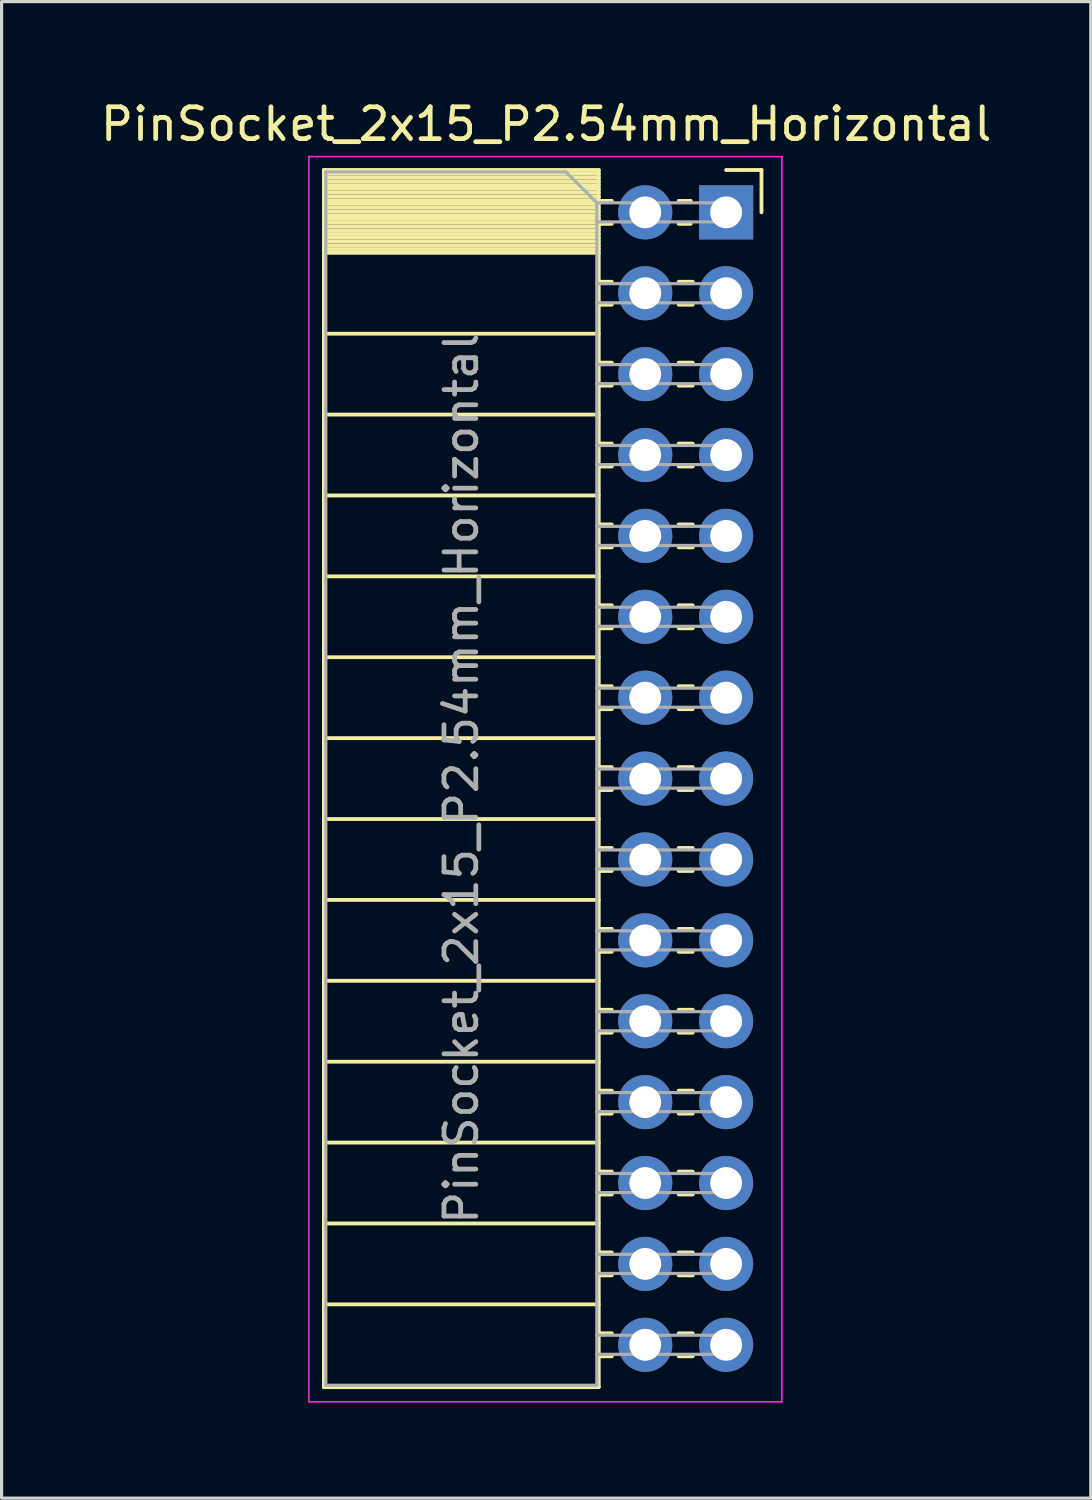
<source format=kicad_pcb>
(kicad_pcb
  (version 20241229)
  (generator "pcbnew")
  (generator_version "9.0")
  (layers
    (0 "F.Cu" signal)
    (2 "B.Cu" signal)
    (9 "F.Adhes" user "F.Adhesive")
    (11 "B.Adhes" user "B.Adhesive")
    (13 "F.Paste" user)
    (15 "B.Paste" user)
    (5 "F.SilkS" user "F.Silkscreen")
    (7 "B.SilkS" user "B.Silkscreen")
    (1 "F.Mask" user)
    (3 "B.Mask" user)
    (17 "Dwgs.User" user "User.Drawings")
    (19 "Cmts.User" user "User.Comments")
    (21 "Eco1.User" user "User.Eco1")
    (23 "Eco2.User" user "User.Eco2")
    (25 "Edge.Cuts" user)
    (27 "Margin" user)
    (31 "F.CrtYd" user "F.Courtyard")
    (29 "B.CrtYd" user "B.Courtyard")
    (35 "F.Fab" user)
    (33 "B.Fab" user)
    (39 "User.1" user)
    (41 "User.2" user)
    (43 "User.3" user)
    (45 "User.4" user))
  (footprint "PinSocket_2x15_P2.54mm_Horizontal"
    (layer "F.Cu")
    (at 19.751 3.618)
    (property "Reference" "PinSocket_2x15_P2.54mm_Horizontal" (at -5.65 -2.77 0) (layer "F.SilkS") (effects (font (size 1 1) (thickness 0.15))))
    (attr through_hole)
    (fp_line (start -12.63 -1.33) (end -12.63 36.89) (stroke (width 0.12) (type solid)) (layer "F.SilkS"))
    (fp_line (start -12.63 -1.33) (end -4 -1.33) (stroke (width 0.12) (type solid)) (layer "F.SilkS"))
    (fp_line (start -12.63 -1.21) (end -4 -1.21) (stroke (width 0.12) (type solid)) (layer "F.SilkS"))
    (fp_line (start -12.63 -1.092) (end -4 -1.092) (stroke (width 0.12) (type solid)) (layer "F.SilkS"))
    (fp_line (start -12.63 -0.974) (end -4 -0.974) (stroke (width 0.12) (type solid)) (layer "F.SilkS"))
    (fp_line (start -12.63 -0.856) (end -4 -0.856) (stroke (width 0.12) (type solid)) (layer "F.SilkS"))
    (fp_line (start -12.63 -0.738) (end -4 -0.738) (stroke (width 0.12) (type solid)) (layer "F.SilkS"))
    (fp_line (start -12.63 -0.62) (end -4 -0.62) (stroke (width 0.12) (type solid)) (layer "F.SilkS"))
    (fp_line (start -12.63 -0.501) (end -4 -0.501) (stroke (width 0.12) (type solid)) (layer "F.SilkS"))
    (fp_line (start -12.63 -0.383) (end -4 -0.383) (stroke (width 0.12) (type solid)) (layer "F.SilkS"))
    (fp_line (start -12.63 -0.265) (end -4 -0.265) (stroke (width 0.12) (type solid)) (layer "F.SilkS"))
    (fp_line (start -12.63 -0.147) (end -4 -0.147) (stroke (width 0.12) (type solid)) (layer "F.SilkS"))
    (fp_line (start -12.63 -0.029) (end -4 -0.029) (stroke (width 0.12) (type solid)) (layer "F.SilkS"))
    (fp_line (start -12.63 0.089) (end -4 0.089) (stroke (width 0.12) (type solid)) (layer "F.SilkS"))
    (fp_line (start -12.63 0.207) (end -4 0.207) (stroke (width 0.12) (type solid)) (layer "F.SilkS"))
    (fp_line (start -12.63 0.325) (end -4 0.325) (stroke (width 0.12) (type solid)) (layer "F.SilkS"))
    (fp_line (start -12.63 0.443) (end -4 0.443) (stroke (width 0.12) (type solid)) (layer "F.SilkS"))
    (fp_line (start -12.63 0.561) (end -4 0.561) (stroke (width 0.12) (type solid)) (layer "F.SilkS"))
    (fp_line (start -12.63 0.68) (end -4 0.68) (stroke (width 0.12) (type solid)) (layer "F.SilkS"))
    (fp_line (start -12.63 0.798) (end -4 0.798) (stroke (width 0.12) (type solid)) (layer "F.SilkS"))
    (fp_line (start -12.63 0.916) (end -4 0.916) (stroke (width 0.12) (type solid)) (layer "F.SilkS"))
    (fp_line (start -12.63 1.034) (end -4 1.034) (stroke (width 0.12) (type solid)) (layer "F.SilkS"))
    (fp_line (start -12.63 1.152) (end -4 1.152) (stroke (width 0.12) (type solid)) (layer "F.SilkS"))
    (fp_line (start -12.63 1.27) (end -4 1.27) (stroke (width 0.12) (type solid)) (layer "F.SilkS"))
    (fp_line (start -12.63 3.81) (end -4 3.81) (stroke (width 0.12) (type solid)) (layer "F.SilkS"))
    (fp_line (start -12.63 6.35) (end -4 6.35) (stroke (width 0.12) (type solid)) (layer "F.SilkS"))
    (fp_line (start -12.63 8.89) (end -4 8.89) (stroke (width 0.12) (type solid)) (layer "F.SilkS"))
    (fp_line (start -12.63 11.43) (end -4 11.43) (stroke (width 0.12) (type solid)) (layer "F.SilkS"))
    (fp_line (start -12.63 13.97) (end -4 13.97) (stroke (width 0.12) (type solid)) (layer "F.SilkS"))
    (fp_line (start -12.63 16.51) (end -4 16.51) (stroke (width 0.12) (type solid)) (layer "F.SilkS"))
    (fp_line (start -12.63 19.05) (end -4 19.05) (stroke (width 0.12) (type solid)) (layer "F.SilkS"))
    (fp_line (start -12.63 21.59) (end -4 21.59) (stroke (width 0.12) (type solid)) (layer "F.SilkS"))
    (fp_line (start -12.63 24.13) (end -4 24.13) (stroke (width 0.12) (type solid)) (layer "F.SilkS"))
    (fp_line (start -12.63 26.67) (end -4 26.67) (stroke (width 0.12) (type solid)) (layer "F.SilkS"))
    (fp_line (start -12.63 29.21) (end -4 29.21) (stroke (width 0.12) (type solid)) (layer "F.SilkS"))
    (fp_line (start -12.63 31.75) (end -4 31.75) (stroke (width 0.12) (type solid)) (layer "F.SilkS"))
    (fp_line (start -12.63 34.29) (end -4 34.29) (stroke (width 0.12) (type solid)) (layer "F.SilkS"))
    (fp_line (start -12.63 36.89) (end -4 36.89) (stroke (width 0.12) (type solid)) (layer "F.SilkS"))
    (fp_line (start -4 -1.33) (end -4 36.89) (stroke (width 0.12) (type solid)) (layer "F.SilkS"))
    (fp_line (start -4 -0.36) (end -3.59 -0.36) (stroke (width 0.12) (type solid)) (layer "F.SilkS"))
    (fp_line (start -4 0.36) (end -3.59 0.36) (stroke (width 0.12) (type solid)) (layer "F.SilkS"))
    (fp_line (start -4 2.18) (end -3.59 2.18) (stroke (width 0.12) (type solid)) (layer "F.SilkS"))
    (fp_line (start -4 2.9) (end -3.59 2.9) (stroke (width 0.12) (type solid)) (layer "F.SilkS"))
    (fp_line (start -4 4.72) (end -3.59 4.72) (stroke (width 0.12) (type solid)) (layer "F.SilkS"))
    (fp_line (start -4 5.44) (end -3.59 5.44) (stroke (width 0.12) (type solid)) (layer "F.SilkS"))
    (fp_line (start -4 7.26) (end -3.59 7.26) (stroke (width 0.12) (type solid)) (layer "F.SilkS"))
    (fp_line (start -4 7.98) (end -3.59 7.98) (stroke (width 0.12) (type solid)) (layer "F.SilkS"))
    (fp_line (start -4 9.8) (end -3.59 9.8) (stroke (width 0.12) (type solid)) (layer "F.SilkS"))
    (fp_line (start -4 10.52) (end -3.59 10.52) (stroke (width 0.12) (type solid)) (layer "F.SilkS"))
    (fp_line (start -4 12.34) (end -3.59 12.34) (stroke (width 0.12) (type solid)) (layer "F.SilkS"))
    (fp_line (start -4 13.06) (end -3.59 13.06) (stroke (width 0.12) (type solid)) (layer "F.SilkS"))
    (fp_line (start -4 14.88) (end -3.59 14.88) (stroke (width 0.12) (type solid)) (layer "F.SilkS"))
    (fp_line (start -4 15.6) (end -3.59 15.6) (stroke (width 0.12) (type solid)) (layer "F.SilkS"))
    (fp_line (start -4 17.42) (end -3.59 17.42) (stroke (width 0.12) (type solid)) (layer "F.SilkS"))
    (fp_line (start -4 18.14) (end -3.59 18.14) (stroke (width 0.12) (type solid)) (layer "F.SilkS"))
    (fp_line (start -4 19.96) (end -3.59 19.96) (stroke (width 0.12) (type solid)) (layer "F.SilkS"))
    (fp_line (start -4 20.68) (end -3.59 20.68) (stroke (width 0.12) (type solid)) (layer "F.SilkS"))
    (fp_line (start -4 22.5) (end -3.59 22.5) (stroke (width 0.12) (type solid)) (layer "F.SilkS"))
    (fp_line (start -4 23.22) (end -3.59 23.22) (stroke (width 0.12) (type solid)) (layer "F.SilkS"))
    (fp_line (start -4 25.04) (end -3.59 25.04) (stroke (width 0.12) (type solid)) (layer "F.SilkS"))
    (fp_line (start -4 25.76) (end -3.59 25.76) (stroke (width 0.12) (type solid)) (layer "F.SilkS"))
    (fp_line (start -4 27.58) (end -3.59 27.58) (stroke (width 0.12) (type solid)) (layer "F.SilkS"))
    (fp_line (start -4 28.3) (end -3.59 28.3) (stroke (width 0.12) (type solid)) (layer "F.SilkS"))
    (fp_line (start -4 30.12) (end -3.59 30.12) (stroke (width 0.12) (type solid)) (layer "F.SilkS"))
    (fp_line (start -4 30.84) (end -3.59 30.84) (stroke (width 0.12) (type solid)) (layer "F.SilkS"))
    (fp_line (start -4 32.66) (end -3.59 32.66) (stroke (width 0.12) (type solid)) (layer "F.SilkS"))
    (fp_line (start -4 33.38) (end -3.59 33.38) (stroke (width 0.12) (type solid)) (layer "F.SilkS"))
    (fp_line (start -4 35.2) (end -3.59 35.2) (stroke (width 0.12) (type solid)) (layer "F.SilkS"))
    (fp_line (start -4 35.92) (end -3.59 35.92) (stroke (width 0.12) (type solid)) (layer "F.SilkS"))
    (fp_line (start -1.49 -0.36) (end -1.11 -0.36) (stroke (width 0.12) (type solid)) (layer "F.SilkS"))
    (fp_line (start -1.49 0.36) (end -1.11 0.36) (stroke (width 0.12) (type solid)) (layer "F.SilkS"))
    (fp_line (start -1.49 2.18) (end -1.05 2.18) (stroke (width 0.12) (type solid)) (layer "F.SilkS"))
    (fp_line (start -1.49 2.9) (end -1.05 2.9) (stroke (width 0.12) (type solid)) (layer "F.SilkS"))
    (fp_line (start -1.49 4.72) (end -1.05 4.72) (stroke (width 0.12) (type solid)) (layer "F.SilkS"))
    (fp_line (start -1.49 5.44) (end -1.05 5.44) (stroke (width 0.12) (type solid)) (layer "F.SilkS"))
    (fp_line (start -1.49 7.26) (end -1.05 7.26) (stroke (width 0.12) (type solid)) (layer "F.SilkS"))
    (fp_line (start -1.49 7.98) (end -1.05 7.98) (stroke (width 0.12) (type solid)) (layer "F.SilkS"))
    (fp_line (start -1.49 9.8) (end -1.05 9.8) (stroke (width 0.12) (type solid)) (layer "F.SilkS"))
    (fp_line (start -1.49 10.52) (end -1.05 10.52) (stroke (width 0.12) (type solid)) (layer "F.SilkS"))
    (fp_line (start -1.49 12.34) (end -1.05 12.34) (stroke (width 0.12) (type solid)) (layer "F.SilkS"))
    (fp_line (start -1.49 13.06) (end -1.05 13.06) (stroke (width 0.12) (type solid)) (layer "F.SilkS"))
    (fp_line (start -1.49 14.88) (end -1.05 14.88) (stroke (width 0.12) (type solid)) (layer "F.SilkS"))
    (fp_line (start -1.49 15.6) (end -1.05 15.6) (stroke (width 0.12) (type solid)) (layer "F.SilkS"))
    (fp_line (start -1.49 17.42) (end -1.05 17.42) (stroke (width 0.12) (type solid)) (layer "F.SilkS"))
    (fp_line (start -1.49 18.14) (end -1.05 18.14) (stroke (width 0.12) (type solid)) (layer "F.SilkS"))
    (fp_line (start -1.49 19.96) (end -1.05 19.96) (stroke (width 0.12) (type solid)) (layer "F.SilkS"))
    (fp_line (start -1.49 20.68) (end -1.05 20.68) (stroke (width 0.12) (type solid)) (layer "F.SilkS"))
    (fp_line (start -1.49 22.5) (end -1.05 22.5) (stroke (width 0.12) (type solid)) (layer "F.SilkS"))
    (fp_line (start -1.49 23.22) (end -1.05 23.22) (stroke (width 0.12) (type solid)) (layer "F.SilkS"))
    (fp_line (start -1.49 25.04) (end -1.05 25.04) (stroke (width 0.12) (type solid)) (layer "F.SilkS"))
    (fp_line (start -1.49 25.76) (end -1.05 25.76) (stroke (width 0.12) (type solid)) (layer "F.SilkS"))
    (fp_line (start -1.49 27.58) (end -1.05 27.58) (stroke (width 0.12) (type solid)) (layer "F.SilkS"))
    (fp_line (start -1.49 28.3) (end -1.05 28.3) (stroke (width 0.12) (type solid)) (layer "F.SilkS"))
    (fp_line (start -1.49 30.12) (end -1.05 30.12) (stroke (width 0.12) (type solid)) (layer "F.SilkS"))
    (fp_line (start -1.49 30.84) (end -1.05 30.84) (stroke (width 0.12) (type solid)) (layer "F.SilkS"))
    (fp_line (start -1.49 32.66) (end -1.05 32.66) (stroke (width 0.12) (type solid)) (layer "F.SilkS"))
    (fp_line (start -1.49 33.38) (end -1.05 33.38) (stroke (width 0.12) (type solid)) (layer "F.SilkS"))
    (fp_line (start -1.49 35.2) (end -1.05 35.2) (stroke (width 0.12) (type solid)) (layer "F.SilkS"))
    (fp_line (start -1.49 35.92) (end -1.05 35.92) (stroke (width 0.12) (type solid)) (layer "F.SilkS"))
    (fp_line (start 0 -1.33) (end 1.11 -1.33) (stroke (width 0.12) (type solid)) (layer "F.SilkS"))
    (fp_line (start 1.11 -1.33) (end 1.11 0) (stroke (width 0.12) (type solid)) (layer "F.SilkS"))
    (fp_line (start -13.1 -1.75) (end -13.1 37.35) (stroke (width 0.05) (type solid)) (layer "F.CrtYd"))
    (fp_line (start -13.1 37.35) (end 1.75 37.35) (stroke (width 0.05) (type solid)) (layer "F.CrtYd"))
    (fp_line (start 1.75 -1.75) (end -13.1 -1.75) (stroke (width 0.05) (type solid)) (layer "F.CrtYd"))
    (fp_line (start 1.75 37.35) (end 1.75 -1.75) (stroke (width 0.05) (type solid)) (layer "F.CrtYd"))
    (fp_line (start -12.57 -1.27) (end -5.03 -1.27) (stroke (width 0.1) (type solid)) (layer "F.Fab"))
    (fp_line (start -12.57 36.83) (end -12.57 -1.27) (stroke (width 0.1) (type solid)) (layer "F.Fab"))
    (fp_line (start -5.03 -1.27) (end -4.06 -0.3) (stroke (width 0.1) (type solid)) (layer "F.Fab"))
    (fp_line (start -4.06 -0.3) (end -4.06 36.83) (stroke (width 0.1) (type solid)) (layer "F.Fab"))
    (fp_line (start -4.06 0.3) (end 0 0.3) (stroke (width 0.1) (type solid)) (layer "F.Fab"))
    (fp_line (start -4.06 2.84) (end 0 2.84) (stroke (width 0.1) (type solid)) (layer "F.Fab"))
    (fp_line (start -4.06 5.38) (end 0 5.38) (stroke (width 0.1) (type solid)) (layer "F.Fab"))
    (fp_line (start -4.06 7.92) (end 0 7.92) (stroke (width 0.1) (type solid)) (layer "F.Fab"))
    (fp_line (start -4.06 10.46) (end 0 10.46) (stroke (width 0.1) (type solid)) (layer "F.Fab"))
    (fp_line (start -4.06 13) (end 0 13) (stroke (width 0.1) (type solid)) (layer "F.Fab"))
    (fp_line (start -4.06 15.54) (end 0 15.54) (stroke (width 0.1) (type solid)) (layer "F.Fab"))
    (fp_line (start -4.06 18.08) (end 0 18.08) (stroke (width 0.1) (type solid)) (layer "F.Fab"))
    (fp_line (start -4.06 20.62) (end 0 20.62) (stroke (width 0.1) (type solid)) (layer "F.Fab"))
    (fp_line (start -4.06 23.16) (end 0 23.16) (stroke (width 0.1) (type solid)) (layer "F.Fab"))
    (fp_line (start -4.06 25.7) (end 0 25.7) (stroke (width 0.1) (type solid)) (layer "F.Fab"))
    (fp_line (start -4.06 28.24) (end 0 28.24) (stroke (width 0.1) (type solid)) (layer "F.Fab"))
    (fp_line (start -4.06 30.78) (end 0 30.78) (stroke (width 0.1) (type solid)) (layer "F.Fab"))
    (fp_line (start -4.06 33.32) (end 0 33.32) (stroke (width 0.1) (type solid)) (layer "F.Fab"))
    (fp_line (start -4.06 35.86) (end 0 35.86) (stroke (width 0.1) (type solid)) (layer "F.Fab"))
    (fp_line (start -4.06 36.83) (end -12.57 36.83) (stroke (width 0.1) (type solid)) (layer "F.Fab"))
    (fp_line (start 0 -0.3) (end -4.06 -0.3) (stroke (width 0.1) (type solid)) (layer "F.Fab"))
    (fp_line (start 0 0.3) (end 0 -0.3) (stroke (width 0.1) (type solid)) (layer "F.Fab"))
    (fp_line (start 0 2.24) (end -4.06 2.24) (stroke (width 0.1) (type solid)) (layer "F.Fab"))
    (fp_line (start 0 2.84) (end 0 2.24) (stroke (width 0.1) (type solid)) (layer "F.Fab"))
    (fp_line (start 0 4.78) (end -4.06 4.78) (stroke (width 0.1) (type solid)) (layer "F.Fab"))
    (fp_line (start 0 5.38) (end 0 4.78) (stroke (width 0.1) (type solid)) (layer "F.Fab"))
    (fp_line (start 0 7.32) (end -4.06 7.32) (stroke (width 0.1) (type solid)) (layer "F.Fab"))
    (fp_line (start 0 7.92) (end 0 7.32) (stroke (width 0.1) (type solid)) (layer "F.Fab"))
    (fp_line (start 0 9.86) (end -4.06 9.86) (stroke (width 0.1) (type solid)) (layer "F.Fab"))
    (fp_line (start 0 10.46) (end 0 9.86) (stroke (width 0.1) (type solid)) (layer "F.Fab"))
    (fp_line (start 0 12.4) (end -4.06 12.4) (stroke (width 0.1) (type solid)) (layer "F.Fab"))
    (fp_line (start 0 13) (end 0 12.4) (stroke (width 0.1) (type solid)) (layer "F.Fab"))
    (fp_line (start 0 14.94) (end -4.06 14.94) (stroke (width 0.1) (type solid)) (layer "F.Fab"))
    (fp_line (start 0 15.54) (end 0 14.94) (stroke (width 0.1) (type solid)) (layer "F.Fab"))
    (fp_line (start 0 17.48) (end -4.06 17.48) (stroke (width 0.1) (type solid)) (layer "F.Fab"))
    (fp_line (start 0 18.08) (end 0 17.48) (stroke (width 0.1) (type solid)) (layer "F.Fab"))
    (fp_line (start 0 20.02) (end -4.06 20.02) (stroke (width 0.1) (type solid)) (layer "F.Fab"))
    (fp_line (start 0 20.62) (end 0 20.02) (stroke (width 0.1) (type solid)) (layer "F.Fab"))
    (fp_line (start 0 22.56) (end -4.06 22.56) (stroke (width 0.1) (type solid)) (layer "F.Fab"))
    (fp_line (start 0 23.16) (end 0 22.56) (stroke (width 0.1) (type solid)) (layer "F.Fab"))
    (fp_line (start 0 25.1) (end -4.06 25.1) (stroke (width 0.1) (type solid)) (layer "F.Fab"))
    (fp_line (start 0 25.7) (end 0 25.1) (stroke (width 0.1) (type solid)) (layer "F.Fab"))
    (fp_line (start 0 27.64) (end -4.06 27.64) (stroke (width 0.1) (type solid)) (layer "F.Fab"))
    (fp_line (start 0 28.24) (end 0 27.64) (stroke (width 0.1) (type solid)) (layer "F.Fab"))
    (fp_line (start 0 30.18) (end -4.06 30.18) (stroke (width 0.1) (type solid)) (layer "F.Fab"))
    (fp_line (start 0 30.78) (end 0 30.18) (stroke (width 0.1) (type solid)) (layer "F.Fab"))
    (fp_line (start 0 32.72) (end -4.06 32.72) (stroke (width 0.1) (type solid)) (layer "F.Fab"))
    (fp_line (start 0 33.32) (end 0 32.72) (stroke (width 0.1) (type solid)) (layer "F.Fab"))
    (fp_line (start 0 35.26) (end -4.06 35.26) (stroke (width 0.1) (type solid)) (layer "F.Fab"))
    (fp_line (start 0 35.86) (end 0 35.26) (stroke (width 0.1) (type solid)) (layer "F.Fab"))
    (fp_text user "${REFERENCE}" (at -8.315 17.78 90) (layer "F.Fab") (effects (font (size 1 1) (thickness 0.15))))
    (pad "1" thru_hole rect (at 0 0) (size 1.7 1.7) (drill 1) (layers "*.Cu" "*.Mask"))
    (pad "2" thru_hole circle (at -2.54 0) (size 1.7 1.7) (drill 1) (layers "*.Cu" "*.Mask"))
    (pad "3" thru_hole circle (at 0 2.54) (size 1.7 1.7) (drill 1) (layers "*.Cu" "*.Mask"))
    (pad "4" thru_hole circle (at -2.54 2.54) (size 1.7 1.7) (drill 1) (layers "*.Cu" "*.Mask"))
    (pad "5" thru_hole circle (at 0 5.08) (size 1.7 1.7) (drill 1) (layers "*.Cu" "*.Mask"))
    (pad "6" thru_hole circle (at -2.54 5.08) (size 1.7 1.7) (drill 1) (layers "*.Cu" "*.Mask"))
    (pad "7" thru_hole circle (at 0 7.62) (size 1.7 1.7) (drill 1) (layers "*.Cu" "*.Mask"))
    (pad "8" thru_hole circle (at -2.54 7.62) (size 1.7 1.7) (drill 1) (layers "*.Cu" "*.Mask"))
    (pad "9" thru_hole circle (at 0 10.16) (size 1.7 1.7) (drill 1) (layers "*.Cu" "*.Mask"))
    (pad "10" thru_hole circle (at -2.54 10.16) (size 1.7 1.7) (drill 1) (layers "*.Cu" "*.Mask"))
    (pad "11" thru_hole circle (at 0 12.7) (size 1.7 1.7) (drill 1) (layers "*.Cu" "*.Mask"))
    (pad "12" thru_hole circle (at -2.54 12.7) (size 1.7 1.7) (drill 1) (layers "*.Cu" "*.Mask"))
    (pad "13" thru_hole circle (at 0 15.24) (size 1.7 1.7) (drill 1) (layers "*.Cu" "*.Mask"))
    (pad "14" thru_hole circle (at -2.54 15.24) (size 1.7 1.7) (drill 1) (layers "*.Cu" "*.Mask"))
    (pad "15" thru_hole circle (at 0 17.78) (size 1.7 1.7) (drill 1) (layers "*.Cu" "*.Mask"))
    (pad "16" thru_hole circle (at -2.54 17.78) (size 1.7 1.7) (drill 1) (layers "*.Cu" "*.Mask"))
    (pad "17" thru_hole circle (at 0 20.32) (size 1.7 1.7) (drill 1) (layers "*.Cu" "*.Mask"))
    (pad "18" thru_hole circle (at -2.54 20.32) (size 1.7 1.7) (drill 1) (layers "*.Cu" "*.Mask"))
    (pad "19" thru_hole circle (at 0 22.86) (size 1.7 1.7) (drill 1) (layers "*.Cu" "*.Mask"))
    (pad "20" thru_hole circle (at -2.54 22.86) (size 1.7 1.7) (drill 1) (layers "*.Cu" "*.Mask"))
    (pad "21" thru_hole circle (at 0 25.4) (size 1.7 1.7) (drill 1) (layers "*.Cu" "*.Mask"))
    (pad "22" thru_hole circle (at -2.54 25.4) (size 1.7 1.7) (drill 1) (layers "*.Cu" "*.Mask"))
    (pad "23" thru_hole circle (at 0 27.94) (size 1.7 1.7) (drill 1) (layers "*.Cu" "*.Mask"))
    (pad "24" thru_hole circle (at -2.54 27.94) (size 1.7 1.7) (drill 1) (layers "*.Cu" "*.Mask"))
    (pad "25" thru_hole circle (at 0 30.48) (size 1.7 1.7) (drill 1) (layers "*.Cu" "*.Mask"))
    (pad "26" thru_hole circle (at -2.54 30.48) (size 1.7 1.7) (drill 1) (layers "*.Cu" "*.Mask"))
    (pad "27" thru_hole circle (at 0 33.02) (size 1.7 1.7) (drill 1) (layers "*.Cu" "*.Mask"))
    (pad "28" thru_hole circle (at -2.54 33.02) (size 1.7 1.7) (drill 1) (layers "*.Cu" "*.Mask"))
    (pad "29" thru_hole circle (at 0 35.56) (size 1.7 1.7) (drill 1) (layers "*.Cu" "*.Mask"))
    (pad "30" thru_hole circle (at -2.54 35.56) (size 1.7 1.7) (drill 1) (layers "*.Cu" "*.Mask")))
  (gr_rect
    (start -3 -3)
    (end 31.202 43.993)
    (stroke (width 0.1) (type default))
    (fill no)
    (layer "Edge.Cuts")))
</source>
